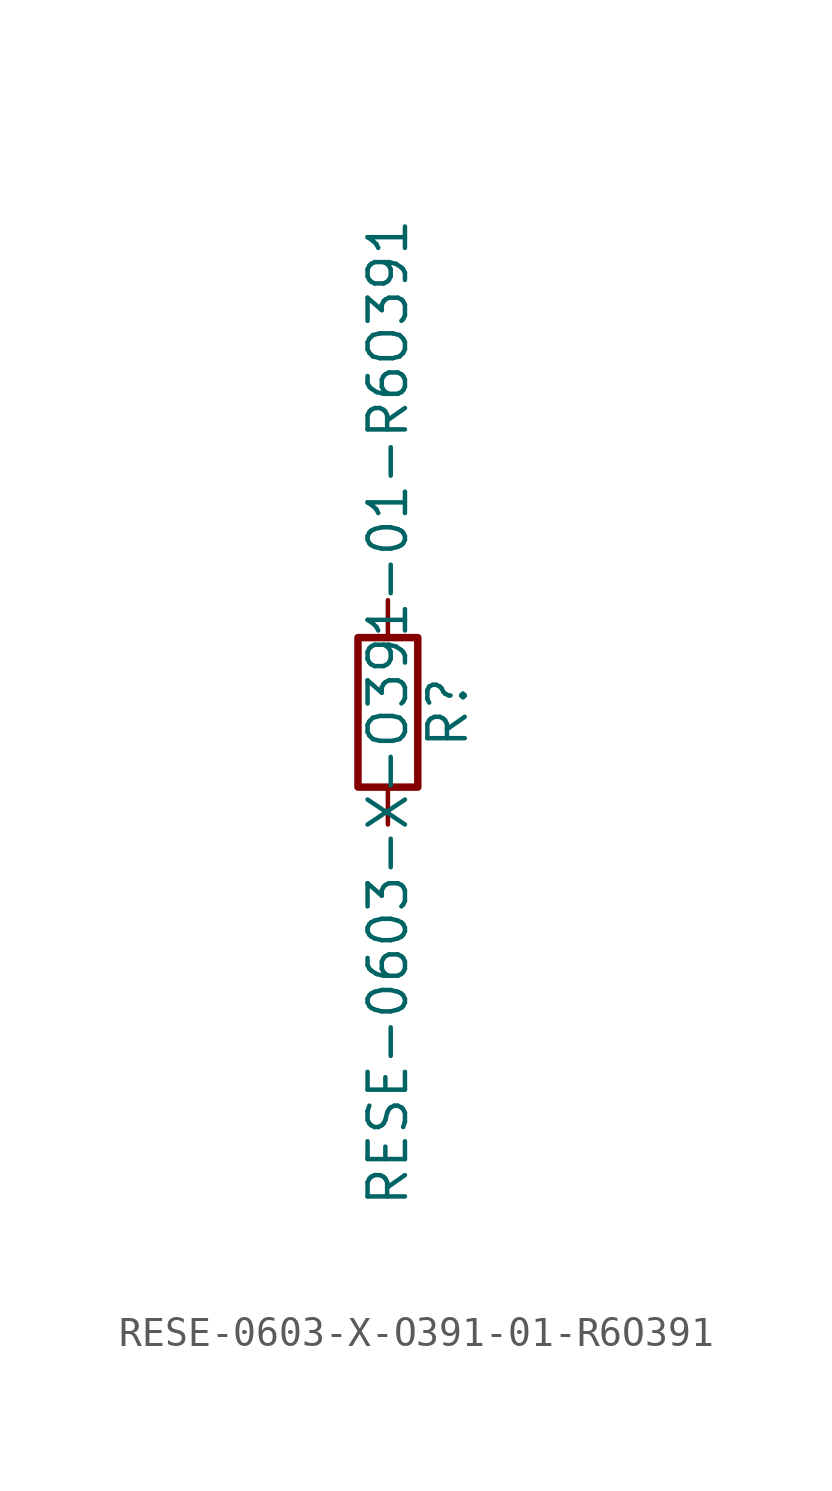
<source format=kicad_sym>
(kicad_symbol_lib
  (version 20211014)
  (generator kicad_symbol_editor)
  (symbol "RESE-0603-X-O391-01-R6O391"
    (pin_numbers hide)
    (pin_names
      (offset 0))
    (property "Reference" "R"
      (at 2.032 0 90)
      (effects (font (size 1.27 1.27))))
    (property "Value" "RESE-0603-X-O391-01-R6O391"
      (at 0 0 90)
      (effects (font (size 1.27 1.27))))
    (symbol "RESE-0603-X-O391-01-R6O391_0_1"
      (rectangle (start -1.016 -2.54) (end 1.016 2.54) (stroke (width 0.254) (type default) (color 0 0 0 0)) (fill (type none))))
    (symbol "RESE-0603-X-O391-01-R6O391_1_1"
      (pin passive line (at 0 3.81 270) (length 1.27) (name "~" (effects (font (size 1.27 1.27)))) (number "1" (effects (font (size 1.27 1.27)))))
      (pin passive line (at 0 -3.81 90) (length 1.27) (name "~" (effects (font (size 1.27 1.27)))) (number "2" (effects (font (size 1.27 1.27))))))))
</source>
